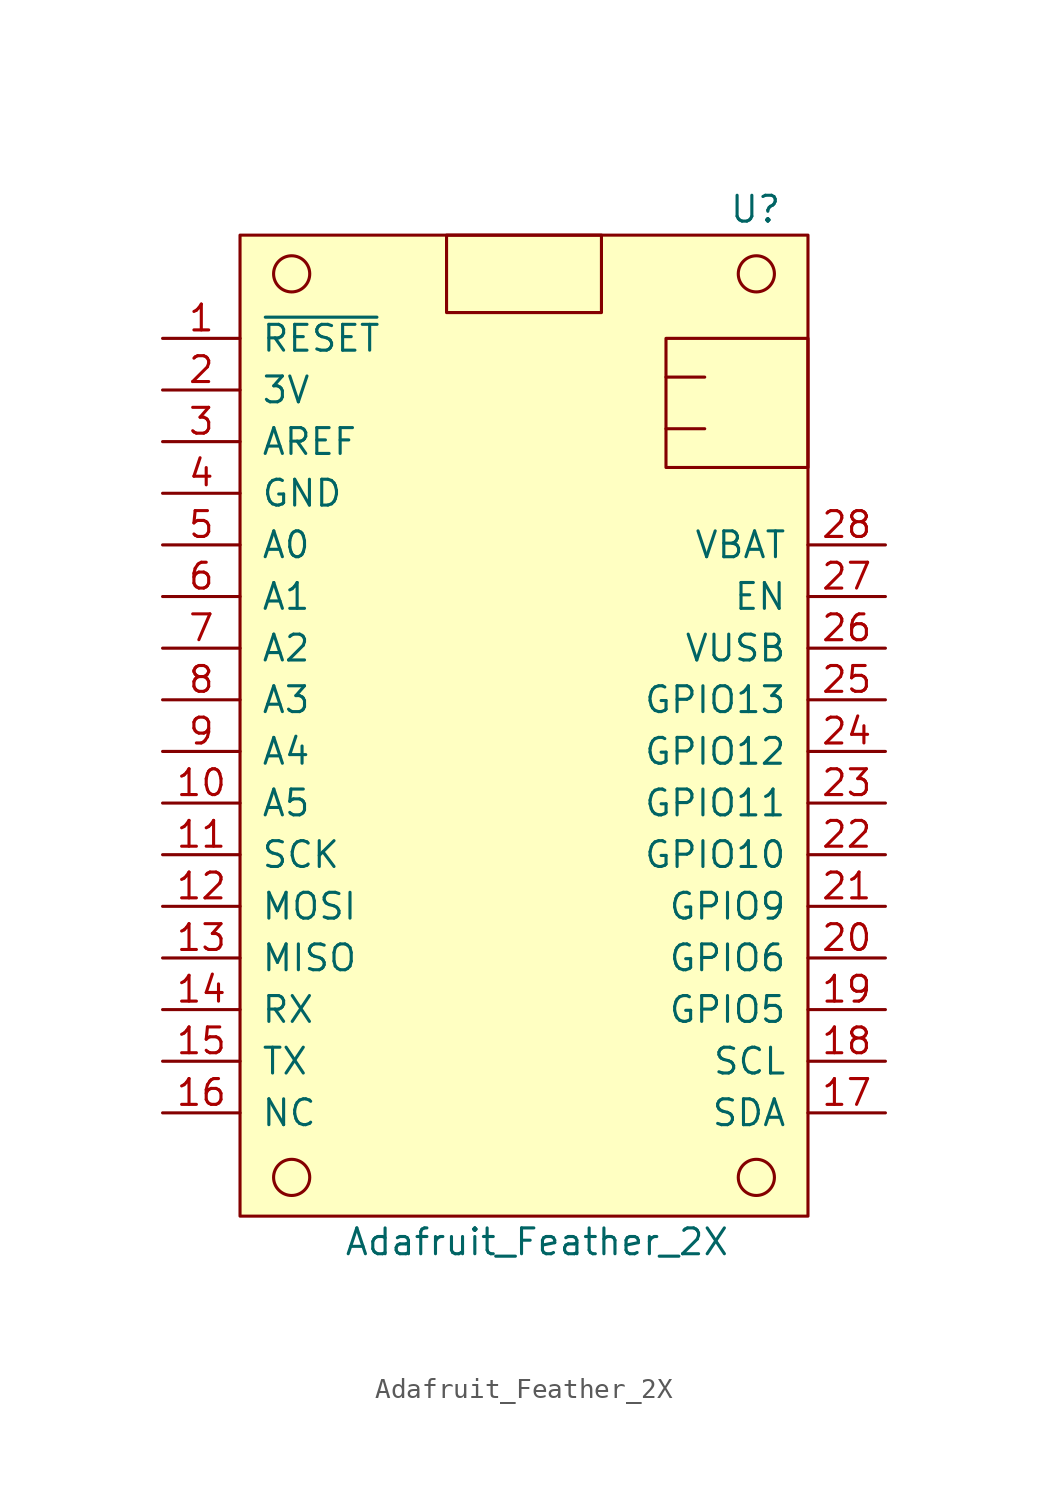
<source format=kicad_sym>
(kicad_symbol_lib
  (version 20201005)
  (generator kicad_symbol_editor)
  (symbol "MCU_Module_Extra:Adafruit_Feather_2X"
    (pin_names
      (offset 1.016))
    (property "Reference" "U"
      (at 12.7 24.13 0)
      (effects (font (size 1.27 1.27)) (justify right)))
    (property "Value" "Adafruit_Feather_2X"
      (at 0.635 -26.67 0)
      (effects (font (size 1.27 1.27))))
    (symbol "Adafruit_Feather_2X_0_1"
      (circle (center -11.43 -23.495) (radius 0.889) (stroke (width 0)) (fill (type none)))
      (circle (center -11.43 20.955) (radius 0.889) (stroke (width 0)) (fill (type none)))
      (circle (center 11.43 -23.495) (radius 0.889) (stroke (width 0)) (fill (type none)))
      (circle (center 11.43 20.955) (radius 0.889) (stroke (width 0)) (fill (type none)))
      (rectangle (start -13.97 22.86) (end 13.97 -25.4) (stroke (width 0)) (fill (type background)))
      (rectangle (start -3.81 22.86) (end 3.81 19.05) (stroke (width 0)) (fill (type none)))
      (rectangle (start 6.985 13.335) (end 8.89 13.335) (stroke (width 0)) (fill (type none)))
      (rectangle (start 6.985 15.875) (end 8.89 15.875) (stroke (width 0)) (fill (type none)))
      (rectangle (start 13.97 17.78) (end 6.985 11.43) (stroke (width 0)) (fill (type none))))
    (symbol "Adafruit_Feather_2X_1_1"
      (pin bidirectional line (at -17.78 17.78 0) (length 3.81) (name "~RESET~" (effects (font (size 1.27 1.27)))) (number "1" (effects (font (size 1.27 1.27)))))
      (pin passive line (at -17.78 17.78 0) (length 3.81) hide (name "~RESET~" (effects (font (size 1.27 1.27)))) (number "1" (effects (font (size 1.27 1.27)))))
      (pin passive line (at -17.78 -5.08 0) (length 3.81) hide (name "A5" (effects (font (size 1.27 1.27)))) (number "10" (effects (font (size 1.27 1.27)))))
      (pin bidirectional line (at -17.78 -5.08 0) (length 3.81) (name "A5" (effects (font (size 1.27 1.27)))) (number "10" (effects (font (size 1.27 1.27)))))
      (pin passive line (at -17.78 -7.62 0) (length 3.81) hide (name "SCK" (effects (font (size 1.27 1.27)))) (number "11" (effects (font (size 1.27 1.27)))))
      (pin output line (at -17.78 -7.62 0) (length 3.81) (name "SCK" (effects (font (size 1.27 1.27)))) (number "11" (effects (font (size 1.27 1.27)))))
      (pin passive line (at -17.78 -10.16 0) (length 3.81) hide (name "MOSI" (effects (font (size 1.27 1.27)))) (number "12" (effects (font (size 1.27 1.27)))))
      (pin output line (at -17.78 -10.16 0) (length 3.81) (name "MOSI" (effects (font (size 1.27 1.27)))) (number "12" (effects (font (size 1.27 1.27)))))
      (pin input line (at -17.78 -12.7 0) (length 3.81) (name "MISO" (effects (font (size 1.27 1.27)))) (number "13" (effects (font (size 1.27 1.27)))))
      (pin passive line (at -17.78 -12.7 0) (length 3.81) hide (name "MISO" (effects (font (size 1.27 1.27)))) (number "13" (effects (font (size 1.27 1.27)))))
      (pin input line (at -17.78 -15.24 0) (length 3.81) (name "RX" (effects (font (size 1.27 1.27)))) (number "14" (effects (font (size 1.27 1.27)))))
      (pin passive line (at -17.78 -15.24 0) (length 3.81) hide (name "RX" (effects (font (size 1.27 1.27)))) (number "14" (effects (font (size 1.27 1.27)))))
      (pin passive line (at -17.78 -17.78 0) (length 3.81) hide (name "TX" (effects (font (size 1.27 1.27)))) (number "15" (effects (font (size 1.27 1.27)))))
      (pin output line (at -17.78 -17.78 0) (length 3.81) (name "TX" (effects (font (size 1.27 1.27)))) (number "15" (effects (font (size 1.27 1.27)))))
      (pin bidirectional line (at -17.78 -20.32 0) (length 3.81) (name "NC" (effects (font (size 1.27 1.27)))) (number "16" (effects (font (size 1.27 1.27)))))
      (pin passive line (at -17.78 -20.32 0) (length 3.81) hide (name "NC" (effects (font (size 1.27 1.27)))) (number "16" (effects (font (size 1.27 1.27)))))
      (pin passive line (at 17.78 -20.32 180) (length 3.81) hide (name "SDA" (effects (font (size 1.27 1.27)))) (number "17" (effects (font (size 1.27 1.27)))))
      (pin bidirectional line (at 17.78 -20.32 180) (length 3.81) (name "SDA" (effects (font (size 1.27 1.27)))) (number "17" (effects (font (size 1.27 1.27)))))
      (pin passive line (at 17.78 -17.78 180) (length 3.81) hide (name "SCL" (effects (font (size 1.27 1.27)))) (number "18" (effects (font (size 1.27 1.27)))))
      (pin output line (at 17.78 -17.78 180) (length 3.81) (name "SCL" (effects (font (size 1.27 1.27)))) (number "18" (effects (font (size 1.27 1.27)))))
      (pin passive line (at 17.78 -15.24 180) (length 3.81) hide (name "GPIO5" (effects (font (size 1.27 1.27)))) (number "19" (effects (font (size 1.27 1.27)))))
      (pin bidirectional line (at 17.78 -15.24 180) (length 3.81) (name "GPIO5" (effects (font (size 1.27 1.27)))) (number "19" (effects (font (size 1.27 1.27)))))
      (pin power_out line (at -17.78 15.24 0) (length 3.81) (name "3V" (effects (font (size 1.27 1.27)))) (number "2" (effects (font (size 1.27 1.27)))))
      (pin passive line (at -17.78 15.24 0) (length 3.81) hide (name "3V" (effects (font (size 1.27 1.27)))) (number "2" (effects (font (size 1.27 1.27)))))
      (pin passive line (at 17.78 -12.7 180) (length 3.81) hide (name "GPIO6" (effects (font (size 1.27 1.27)))) (number "20" (effects (font (size 1.27 1.27)))))
      (pin bidirectional line (at 17.78 -12.7 180) (length 3.81) (name "GPIO6" (effects (font (size 1.27 1.27)))) (number "20" (effects (font (size 1.27 1.27)))))
      (pin passive line (at 17.78 -10.16 180) (length 3.81) hide (name "GPIO9" (effects (font (size 1.27 1.27)))) (number "21" (effects (font (size 1.27 1.27)))))
      (pin bidirectional line (at 17.78 -10.16 180) (length 3.81) (name "GPIO9" (effects (font (size 1.27 1.27)))) (number "21" (effects (font (size 1.27 1.27)))))
      (pin passive line (at 17.78 -7.62 180) (length 3.81) hide (name "GPIO10" (effects (font (size 1.27 1.27)))) (number "22" (effects (font (size 1.27 1.27)))))
      (pin bidirectional line (at 17.78 -7.62 180) (length 3.81) (name "GPIO10" (effects (font (size 1.27 1.27)))) (number "22" (effects (font (size 1.27 1.27)))))
      (pin passive line (at 17.78 -5.08 180) (length 3.81) hide (name "GPIO11" (effects (font (size 1.27 1.27)))) (number "23" (effects (font (size 1.27 1.27)))))
      (pin bidirectional line (at 17.78 -5.08 180) (length 3.81) (name "GPIO11" (effects (font (size 1.27 1.27)))) (number "23" (effects (font (size 1.27 1.27)))))
      (pin passive line (at 17.78 -2.54 180) (length 3.81) hide (name "GPIO12" (effects (font (size 1.27 1.27)))) (number "24" (effects (font (size 1.27 1.27)))))
      (pin bidirectional line (at 17.78 -2.54 180) (length 3.81) (name "GPIO12" (effects (font (size 1.27 1.27)))) (number "24" (effects (font (size 1.27 1.27)))))
      (pin passive line (at 17.78 0 180) (length 3.81) hide (name "GPIO13" (effects (font (size 1.27 1.27)))) (number "25" (effects (font (size 1.27 1.27)))))
      (pin bidirectional line (at 17.78 0 180) (length 3.81) (name "GPIO13" (effects (font (size 1.27 1.27)))) (number "25" (effects (font (size 1.27 1.27)))))
      (pin power_out line (at 17.78 2.54 180) (length 3.81) (name "VUSB" (effects (font (size 1.27 1.27)))) (number "26" (effects (font (size 1.27 1.27)))))
      (pin passive line (at 17.78 2.54 180) (length 3.81) hide (name "VUSB" (effects (font (size 1.27 1.27)))) (number "26" (effects (font (size 1.27 1.27)))))
      (pin input line (at 17.78 5.08 180) (length 3.81) (name "EN" (effects (font (size 1.27 1.27)))) (number "27" (effects (font (size 1.27 1.27)))))
      (pin passive line (at 17.78 5.08 180) (length 3.81) hide (name "EN" (effects (font (size 1.27 1.27)))) (number "27" (effects (font (size 1.27 1.27)))))
      (pin passive line (at 17.78 7.62 180) (length 3.81) hide (name "VBAT" (effects (font (size 1.27 1.27)))) (number "28" (effects (font (size 1.27 1.27)))))
      (pin power_out line (at 17.78 7.62 180) (length 3.81) (name "VBAT" (effects (font (size 1.27 1.27)))) (number "28" (effects (font (size 1.27 1.27)))))
      (pin passive line (at -17.78 12.7 0) (length 3.81) hide (name "AREF" (effects (font (size 1.27 1.27)))) (number "3" (effects (font (size 1.27 1.27)))))
      (pin input line (at -17.78 12.7 0) (length 3.81) (name "AREF" (effects (font (size 1.27 1.27)))) (number "3" (effects (font (size 1.27 1.27)))))
      (pin passive line (at -17.78 10.16 0) (length 3.81) hide (name "GND" (effects (font (size 1.27 1.27)))) (number "4" (effects (font (size 1.27 1.27)))))
      (pin power_out line (at -17.78 10.16 0) (length 3.81) (name "GND" (effects (font (size 1.27 1.27)))) (number "4" (effects (font (size 1.27 1.27)))))
      (pin bidirectional line (at -17.78 7.62 0) (length 3.81) (name "A0" (effects (font (size 1.27 1.27)))) (number "5" (effects (font (size 1.27 1.27)))))
      (pin passive line (at -17.78 7.62 0) (length 3.81) hide (name "A0" (effects (font (size 1.27 1.27)))) (number "5" (effects (font (size 1.27 1.27)))))
      (pin bidirectional line (at -17.78 5.08 0) (length 3.81) (name "A1" (effects (font (size 1.27 1.27)))) (number "6" (effects (font (size 1.27 1.27)))))
      (pin passive line (at -17.78 5.08 0) (length 3.81) hide (name "A1" (effects (font (size 1.27 1.27)))) (number "6" (effects (font (size 1.27 1.27)))))
      (pin bidirectional line (at -17.78 2.54 0) (length 3.81) (name "A2" (effects (font (size 1.27 1.27)))) (number "7" (effects (font (size 1.27 1.27)))))
      (pin passive line (at -17.78 2.54 0) (length 3.81) hide (name "A2" (effects (font (size 1.27 1.27)))) (number "7" (effects (font (size 1.27 1.27)))))
      (pin bidirectional line (at -17.78 0 0) (length 3.81) (name "A3" (effects (font (size 1.27 1.27)))) (number "8" (effects (font (size 1.27 1.27)))))
      (pin passive line (at -17.78 0 0) (length 3.81) hide (name "A3" (effects (font (size 1.27 1.27)))) (number "8" (effects (font (size 1.27 1.27)))))
      (pin passive line (at -17.78 -2.54 0) (length 3.81) hide (name "A4" (effects (font (size 1.27 1.27)))) (number "9" (effects (font (size 1.27 1.27)))))
      (pin bidirectional line (at -17.78 -2.54 0) (length 3.81) (name "A4" (effects (font (size 1.27 1.27)))) (number "9" (effects (font (size 1.27 1.27))))))))
</source>
